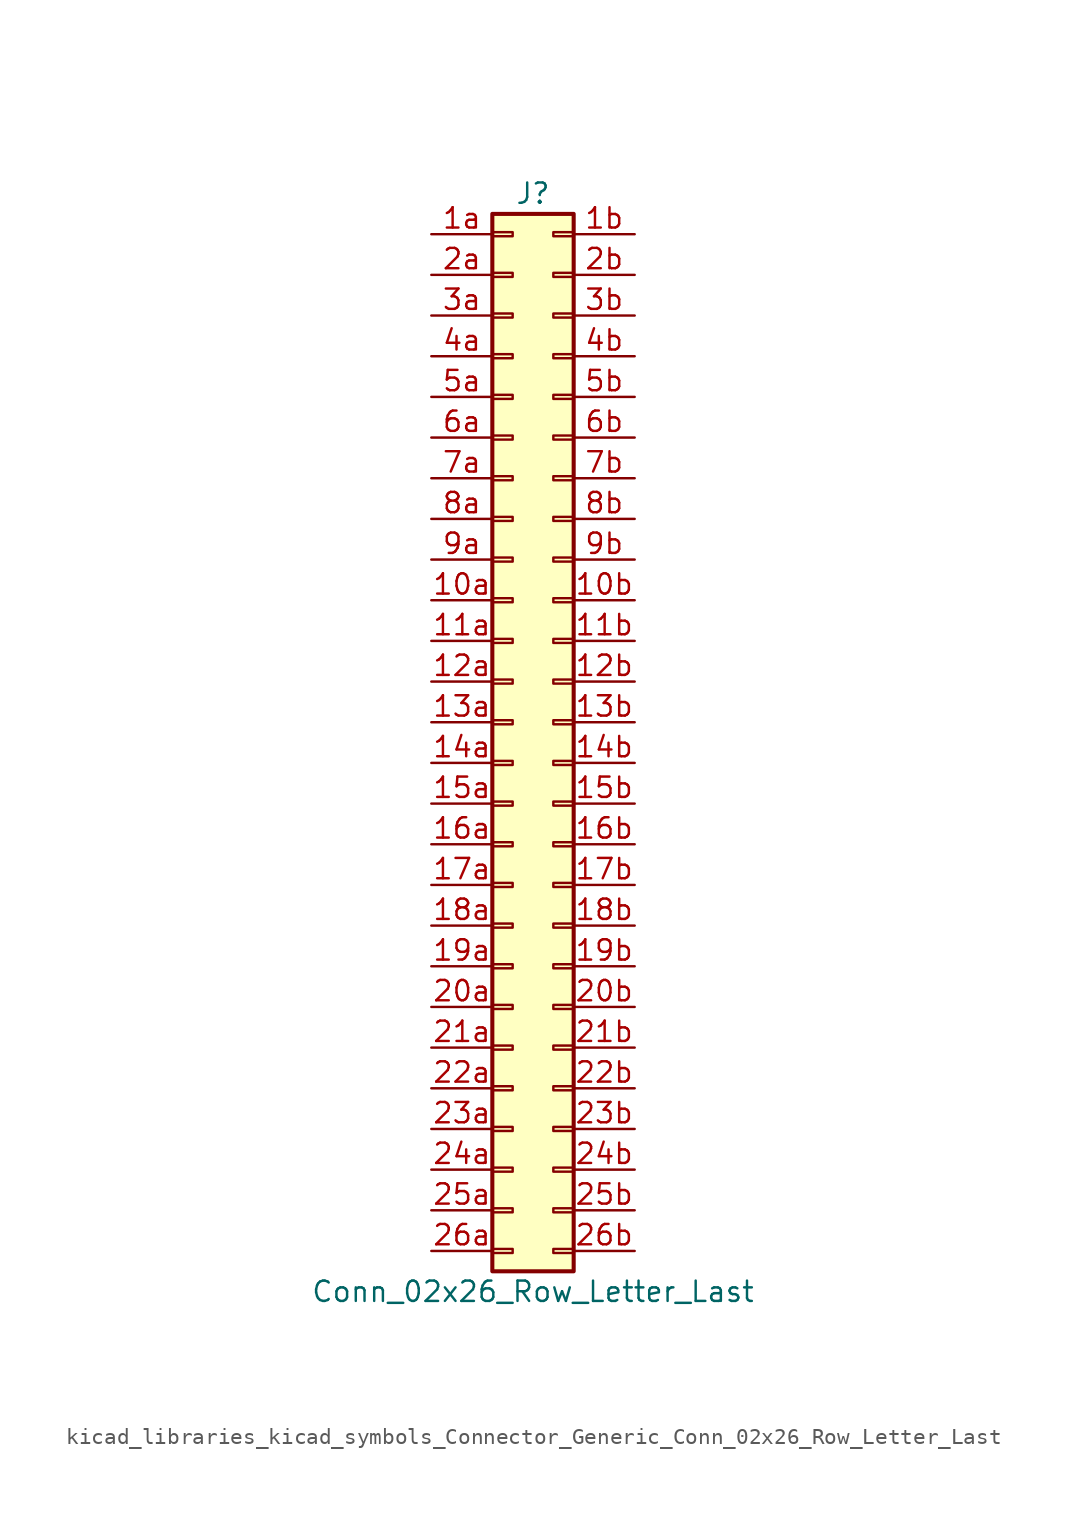
<source format=kicad_sym>
(kicad_symbol_lib
  (version 20220914)
  (generator kicad_symbol_editor)
  (symbol "kicad_libraries_kicad_symbols_Connector_Generic_Conn_02x26_Row_Letter_Last"
    (pin_names
      (offset 1.016) hide)
    (property "Reference" "J"
      (at 1.27 33.02 0)
      (effects (font (size 1.27 1.27))))
    (property "Value" "Conn_02x26_Row_Letter_Last"
      (at 1.27 -35.56 0)
      (effects (font (size 1.27 1.27))))
    (symbol "kicad_libraries_kicad_symbols_Connector_Generic_Conn_02x26_Row_Letter_Last_1_1"
      (rectangle (start -1.27 -32.893) (end 0 -33.147) (stroke (width 0.152) (type default)) (fill (type none)))
      (rectangle (start -1.27 -30.353) (end 0 -30.607) (stroke (width 0.152) (type default)) (fill (type none)))
      (rectangle (start -1.27 -27.813) (end 0 -28.067) (stroke (width 0.152) (type default)) (fill (type none)))
      (rectangle (start -1.27 -25.273) (end 0 -25.527) (stroke (width 0.152) (type default)) (fill (type none)))
      (rectangle (start -1.27 -22.733) (end 0 -22.987) (stroke (width 0.152) (type default)) (fill (type none)))
      (rectangle (start -1.27 -20.193) (end 0 -20.447) (stroke (width 0.152) (type default)) (fill (type none)))
      (rectangle (start -1.27 -17.653) (end 0 -17.907) (stroke (width 0.152) (type default)) (fill (type none)))
      (rectangle (start -1.27 -15.113) (end 0 -15.367) (stroke (width 0.152) (type default)) (fill (type none)))
      (rectangle (start -1.27 -12.573) (end 0 -12.827) (stroke (width 0.152) (type default)) (fill (type none)))
      (rectangle (start -1.27 -10.033) (end 0 -10.287) (stroke (width 0.152) (type default)) (fill (type none)))
      (rectangle (start -1.27 -7.493) (end 0 -7.747) (stroke (width 0.152) (type default)) (fill (type none)))
      (rectangle (start -1.27 -4.953) (end 0 -5.207) (stroke (width 0.152) (type default)) (fill (type none)))
      (rectangle (start -1.27 -2.413) (end 0 -2.667) (stroke (width 0.152) (type default)) (fill (type none)))
      (rectangle (start -1.27 0.127) (end 0 -0.127) (stroke (width 0.152) (type default)) (fill (type none)))
      (rectangle (start -1.27 2.667) (end 0 2.413) (stroke (width 0.152) (type default)) (fill (type none)))
      (rectangle (start -1.27 5.207) (end 0 4.953) (stroke (width 0.152) (type default)) (fill (type none)))
      (rectangle (start -1.27 7.747) (end 0 7.493) (stroke (width 0.152) (type default)) (fill (type none)))
      (rectangle (start -1.27 10.287) (end 0 10.033) (stroke (width 0.152) (type default)) (fill (type none)))
      (rectangle (start -1.27 12.827) (end 0 12.573) (stroke (width 0.152) (type default)) (fill (type none)))
      (rectangle (start -1.27 15.367) (end 0 15.113) (stroke (width 0.152) (type default)) (fill (type none)))
      (rectangle (start -1.27 17.907) (end 0 17.653) (stroke (width 0.152) (type default)) (fill (type none)))
      (rectangle (start -1.27 20.447) (end 0 20.193) (stroke (width 0.152) (type default)) (fill (type none)))
      (rectangle (start -1.27 22.987) (end 0 22.733) (stroke (width 0.152) (type default)) (fill (type none)))
      (rectangle (start -1.27 25.527) (end 0 25.273) (stroke (width 0.152) (type default)) (fill (type none)))
      (rectangle (start -1.27 28.067) (end 0 27.813) (stroke (width 0.152) (type default)) (fill (type none)))
      (rectangle (start -1.27 30.607) (end 0 30.353) (stroke (width 0.152) (type default)) (fill (type none)))
      (rectangle (start -1.27 31.75) (end 3.81 -34.29) (stroke (width 0.254) (type default)) (fill (type background)))
      (rectangle (start 3.81 -32.893) (end 2.54 -33.147) (stroke (width 0.152) (type default)) (fill (type none)))
      (rectangle (start 3.81 -30.353) (end 2.54 -30.607) (stroke (width 0.152) (type default)) (fill (type none)))
      (rectangle (start 3.81 -27.813) (end 2.54 -28.067) (stroke (width 0.152) (type default)) (fill (type none)))
      (rectangle (start 3.81 -25.273) (end 2.54 -25.527) (stroke (width 0.152) (type default)) (fill (type none)))
      (rectangle (start 3.81 -22.733) (end 2.54 -22.987) (stroke (width 0.152) (type default)) (fill (type none)))
      (rectangle (start 3.81 -20.193) (end 2.54 -20.447) (stroke (width 0.152) (type default)) (fill (type none)))
      (rectangle (start 3.81 -17.653) (end 2.54 -17.907) (stroke (width 0.152) (type default)) (fill (type none)))
      (rectangle (start 3.81 -15.113) (end 2.54 -15.367) (stroke (width 0.152) (type default)) (fill (type none)))
      (rectangle (start 3.81 -12.573) (end 2.54 -12.827) (stroke (width 0.152) (type default)) (fill (type none)))
      (rectangle (start 3.81 -10.033) (end 2.54 -10.287) (stroke (width 0.152) (type default)) (fill (type none)))
      (rectangle (start 3.81 -7.493) (end 2.54 -7.747) (stroke (width 0.152) (type default)) (fill (type none)))
      (rectangle (start 3.81 -4.953) (end 2.54 -5.207) (stroke (width 0.152) (type default)) (fill (type none)))
      (rectangle (start 3.81 -2.413) (end 2.54 -2.667) (stroke (width 0.152) (type default)) (fill (type none)))
      (rectangle (start 3.81 0.127) (end 2.54 -0.127) (stroke (width 0.152) (type default)) (fill (type none)))
      (rectangle (start 3.81 2.667) (end 2.54 2.413) (stroke (width 0.152) (type default)) (fill (type none)))
      (rectangle (start 3.81 5.207) (end 2.54 4.953) (stroke (width 0.152) (type default)) (fill (type none)))
      (rectangle (start 3.81 7.747) (end 2.54 7.493) (stroke (width 0.152) (type default)) (fill (type none)))
      (rectangle (start 3.81 10.287) (end 2.54 10.033) (stroke (width 0.152) (type default)) (fill (type none)))
      (rectangle (start 3.81 12.827) (end 2.54 12.573) (stroke (width 0.152) (type default)) (fill (type none)))
      (rectangle (start 3.81 15.367) (end 2.54 15.113) (stroke (width 0.152) (type default)) (fill (type none)))
      (rectangle (start 3.81 17.907) (end 2.54 17.653) (stroke (width 0.152) (type default)) (fill (type none)))
      (rectangle (start 3.81 20.447) (end 2.54 20.193) (stroke (width 0.152) (type default)) (fill (type none)))
      (rectangle (start 3.81 22.987) (end 2.54 22.733) (stroke (width 0.152) (type default)) (fill (type none)))
      (rectangle (start 3.81 25.527) (end 2.54 25.273) (stroke (width 0.152) (type default)) (fill (type none)))
      (rectangle (start 3.81 28.067) (end 2.54 27.813) (stroke (width 0.152) (type default)) (fill (type none)))
      (rectangle (start 3.81 30.607) (end 2.54 30.353) (stroke (width 0.152) (type default)) (fill (type none)))
      (pin passive line (at -5.08 7.62 0) (length 3.81) (name "Pin_10a" (effects (font (size 1.27 1.27)))) (number "10a" (effects (font (size 1.27 1.27)))))
      (pin passive line (at 7.62 7.62 180) (length 3.81) (name "Pin_10b" (effects (font (size 1.27 1.27)))) (number "10b" (effects (font (size 1.27 1.27)))))
      (pin passive line (at -5.08 5.08 0) (length 3.81) (name "Pin_11a" (effects (font (size 1.27 1.27)))) (number "11a" (effects (font (size 1.27 1.27)))))
      (pin passive line (at 7.62 5.08 180) (length 3.81) (name "Pin_11b" (effects (font (size 1.27 1.27)))) (number "11b" (effects (font (size 1.27 1.27)))))
      (pin passive line (at -5.08 2.54 0) (length 3.81) (name "Pin_12a" (effects (font (size 1.27 1.27)))) (number "12a" (effects (font (size 1.27 1.27)))))
      (pin passive line (at 7.62 2.54 180) (length 3.81) (name "Pin_12b" (effects (font (size 1.27 1.27)))) (number "12b" (effects (font (size 1.27 1.27)))))
      (pin passive line (at -5.08 0 0) (length 3.81) (name "Pin_13a" (effects (font (size 1.27 1.27)))) (number "13a" (effects (font (size 1.27 1.27)))))
      (pin passive line (at 7.62 0 180) (length 3.81) (name "Pin_13b" (effects (font (size 1.27 1.27)))) (number "13b" (effects (font (size 1.27 1.27)))))
      (pin passive line (at -5.08 -2.54 0) (length 3.81) (name "Pin_14a" (effects (font (size 1.27 1.27)))) (number "14a" (effects (font (size 1.27 1.27)))))
      (pin passive line (at 7.62 -2.54 180) (length 3.81) (name "Pin_14b" (effects (font (size 1.27 1.27)))) (number "14b" (effects (font (size 1.27 1.27)))))
      (pin passive line (at -5.08 -5.08 0) (length 3.81) (name "Pin_15a" (effects (font (size 1.27 1.27)))) (number "15a" (effects (font (size 1.27 1.27)))))
      (pin passive line (at 7.62 -5.08 180) (length 3.81) (name "Pin_15b" (effects (font (size 1.27 1.27)))) (number "15b" (effects (font (size 1.27 1.27)))))
      (pin passive line (at -5.08 -7.62 0) (length 3.81) (name "Pin_16a" (effects (font (size 1.27 1.27)))) (number "16a" (effects (font (size 1.27 1.27)))))
      (pin passive line (at 7.62 -7.62 180) (length 3.81) (name "Pin_16b" (effects (font (size 1.27 1.27)))) (number "16b" (effects (font (size 1.27 1.27)))))
      (pin passive line (at -5.08 -10.16 0) (length 3.81) (name "Pin_17a" (effects (font (size 1.27 1.27)))) (number "17a" (effects (font (size 1.27 1.27)))))
      (pin passive line (at 7.62 -10.16 180) (length 3.81) (name "Pin_17b" (effects (font (size 1.27 1.27)))) (number "17b" (effects (font (size 1.27 1.27)))))
      (pin passive line (at -5.08 -12.7 0) (length 3.81) (name "Pin_18a" (effects (font (size 1.27 1.27)))) (number "18a" (effects (font (size 1.27 1.27)))))
      (pin passive line (at 7.62 -12.7 180) (length 3.81) (name "Pin_18b" (effects (font (size 1.27 1.27)))) (number "18b" (effects (font (size 1.27 1.27)))))
      (pin passive line (at -5.08 -15.24 0) (length 3.81) (name "Pin_19a" (effects (font (size 1.27 1.27)))) (number "19a" (effects (font (size 1.27 1.27)))))
      (pin passive line (at 7.62 -15.24 180) (length 3.81) (name "Pin_19b" (effects (font (size 1.27 1.27)))) (number "19b" (effects (font (size 1.27 1.27)))))
      (pin passive line (at -5.08 30.48 0) (length 3.81) (name "Pin_1a" (effects (font (size 1.27 1.27)))) (number "1a" (effects (font (size 1.27 1.27)))))
      (pin passive line (at 7.62 30.48 180) (length 3.81) (name "Pin_1b" (effects (font (size 1.27 1.27)))) (number "1b" (effects (font (size 1.27 1.27)))))
      (pin passive line (at -5.08 -17.78 0) (length 3.81) (name "Pin_20a" (effects (font (size 1.27 1.27)))) (number "20a" (effects (font (size 1.27 1.27)))))
      (pin passive line (at 7.62 -17.78 180) (length 3.81) (name "Pin_20b" (effects (font (size 1.27 1.27)))) (number "20b" (effects (font (size 1.27 1.27)))))
      (pin passive line (at -5.08 -20.32 0) (length 3.81) (name "Pin_21a" (effects (font (size 1.27 1.27)))) (number "21a" (effects (font (size 1.27 1.27)))))
      (pin passive line (at 7.62 -20.32 180) (length 3.81) (name "Pin_21b" (effects (font (size 1.27 1.27)))) (number "21b" (effects (font (size 1.27 1.27)))))
      (pin passive line (at -5.08 -22.86 0) (length 3.81) (name "Pin_22a" (effects (font (size 1.27 1.27)))) (number "22a" (effects (font (size 1.27 1.27)))))
      (pin passive line (at 7.62 -22.86 180) (length 3.81) (name "Pin_22b" (effects (font (size 1.27 1.27)))) (number "22b" (effects (font (size 1.27 1.27)))))
      (pin passive line (at -5.08 -25.4 0) (length 3.81) (name "Pin_23a" (effects (font (size 1.27 1.27)))) (number "23a" (effects (font (size 1.27 1.27)))))
      (pin passive line (at 7.62 -25.4 180) (length 3.81) (name "Pin_23b" (effects (font (size 1.27 1.27)))) (number "23b" (effects (font (size 1.27 1.27)))))
      (pin passive line (at -5.08 -27.94 0) (length 3.81) (name "Pin_24a" (effects (font (size 1.27 1.27)))) (number "24a" (effects (font (size 1.27 1.27)))))
      (pin passive line (at 7.62 -27.94 180) (length 3.81) (name "Pin_24b" (effects (font (size 1.27 1.27)))) (number "24b" (effects (font (size 1.27 1.27)))))
      (pin passive line (at -5.08 -30.48 0) (length 3.81) (name "Pin_25a" (effects (font (size 1.27 1.27)))) (number "25a" (effects (font (size 1.27 1.27)))))
      (pin passive line (at 7.62 -30.48 180) (length 3.81) (name "Pin_25b" (effects (font (size 1.27 1.27)))) (number "25b" (effects (font (size 1.27 1.27)))))
      (pin passive line (at -5.08 -33.02 0) (length 3.81) (name "Pin_26a" (effects (font (size 1.27 1.27)))) (number "26a" (effects (font (size 1.27 1.27)))))
      (pin passive line (at 7.62 -33.02 180) (length 3.81) (name "Pin_26b" (effects (font (size 1.27 1.27)))) (number "26b" (effects (font (size 1.27 1.27)))))
      (pin passive line (at -5.08 27.94 0) (length 3.81) (name "Pin_2a" (effects (font (size 1.27 1.27)))) (number "2a" (effects (font (size 1.27 1.27)))))
      (pin passive line (at 7.62 27.94 180) (length 3.81) (name "Pin_2b" (effects (font (size 1.27 1.27)))) (number "2b" (effects (font (size 1.27 1.27)))))
      (pin passive line (at -5.08 25.4 0) (length 3.81) (name "Pin_3a" (effects (font (size 1.27 1.27)))) (number "3a" (effects (font (size 1.27 1.27)))))
      (pin passive line (at 7.62 25.4 180) (length 3.81) (name "Pin_3b" (effects (font (size 1.27 1.27)))) (number "3b" (effects (font (size 1.27 1.27)))))
      (pin passive line (at -5.08 22.86 0) (length 3.81) (name "Pin_4a" (effects (font (size 1.27 1.27)))) (number "4a" (effects (font (size 1.27 1.27)))))
      (pin passive line (at 7.62 22.86 180) (length 3.81) (name "Pin_4b" (effects (font (size 1.27 1.27)))) (number "4b" (effects (font (size 1.27 1.27)))))
      (pin passive line (at -5.08 20.32 0) (length 3.81) (name "Pin_5a" (effects (font (size 1.27 1.27)))) (number "5a" (effects (font (size 1.27 1.27)))))
      (pin passive line (at 7.62 20.32 180) (length 3.81) (name "Pin_5b" (effects (font (size 1.27 1.27)))) (number "5b" (effects (font (size 1.27 1.27)))))
      (pin passive line (at -5.08 17.78 0) (length 3.81) (name "Pin_6a" (effects (font (size 1.27 1.27)))) (number "6a" (effects (font (size 1.27 1.27)))))
      (pin passive line (at 7.62 17.78 180) (length 3.81) (name "Pin_6b" (effects (font (size 1.27 1.27)))) (number "6b" (effects (font (size 1.27 1.27)))))
      (pin passive line (at -5.08 15.24 0) (length 3.81) (name "Pin_7a" (effects (font (size 1.27 1.27)))) (number "7a" (effects (font (size 1.27 1.27)))))
      (pin passive line (at 7.62 15.24 180) (length 3.81) (name "Pin_7b" (effects (font (size 1.27 1.27)))) (number "7b" (effects (font (size 1.27 1.27)))))
      (pin passive line (at -5.08 12.7 0) (length 3.81) (name "Pin_8a" (effects (font (size 1.27 1.27)))) (number "8a" (effects (font (size 1.27 1.27)))))
      (pin passive line (at 7.62 12.7 180) (length 3.81) (name "Pin_8b" (effects (font (size 1.27 1.27)))) (number "8b" (effects (font (size 1.27 1.27)))))
      (pin passive line (at -5.08 10.16 0) (length 3.81) (name "Pin_9a" (effects (font (size 1.27 1.27)))) (number "9a" (effects (font (size 1.27 1.27)))))
      (pin passive line (at 7.62 10.16 180) (length 3.81) (name "Pin_9b" (effects (font (size 1.27 1.27)))) (number "9b" (effects (font (size 1.27 1.27))))))))
</source>
